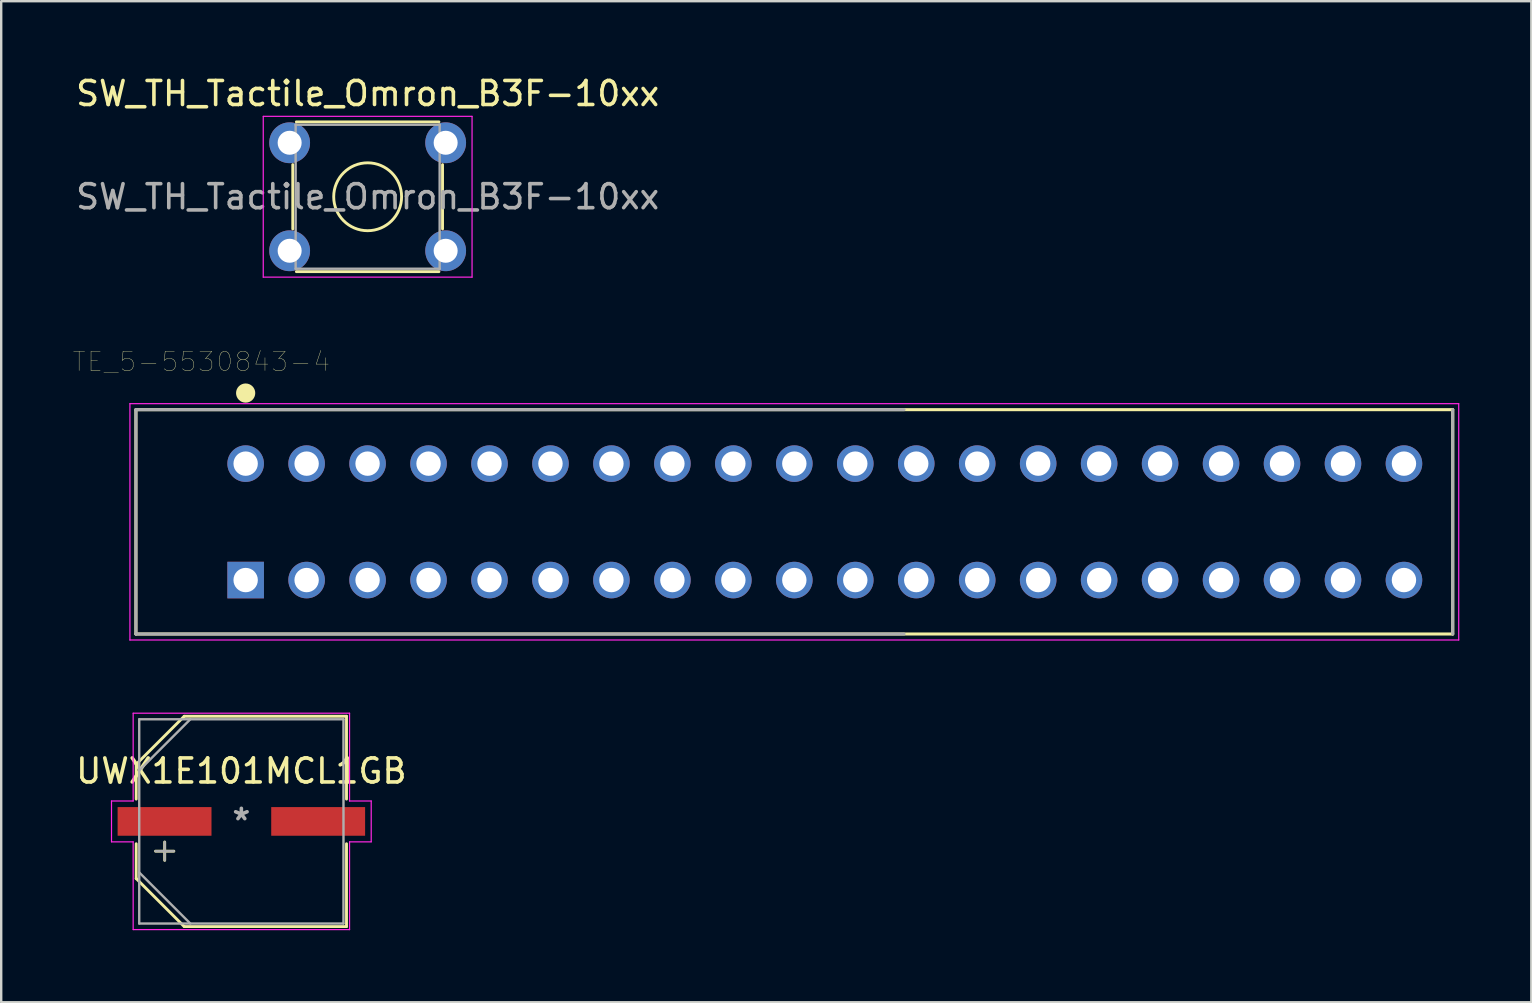
<source format=kicad_pcb>
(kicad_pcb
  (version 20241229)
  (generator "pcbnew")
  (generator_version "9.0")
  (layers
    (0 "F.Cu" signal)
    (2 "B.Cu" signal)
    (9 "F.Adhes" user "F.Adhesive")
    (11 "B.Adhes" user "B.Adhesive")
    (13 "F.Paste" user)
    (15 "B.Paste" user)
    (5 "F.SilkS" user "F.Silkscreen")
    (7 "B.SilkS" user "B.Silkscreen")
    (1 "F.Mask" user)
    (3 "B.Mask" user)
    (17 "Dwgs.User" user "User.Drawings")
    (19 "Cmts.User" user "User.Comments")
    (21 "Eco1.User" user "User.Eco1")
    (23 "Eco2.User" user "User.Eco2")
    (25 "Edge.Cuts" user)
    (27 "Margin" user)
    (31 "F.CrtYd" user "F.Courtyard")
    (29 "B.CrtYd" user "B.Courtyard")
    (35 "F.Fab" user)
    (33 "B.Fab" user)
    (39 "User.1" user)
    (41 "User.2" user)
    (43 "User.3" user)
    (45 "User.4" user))
  (footprint "UWX1E101MCL1GB"
    (layer "F.Cu")
    (at 7.006 31.174)
    (property "Reference" "UWX1E101MCL1GB" (at 0 -2.1 0) (layer "F.SilkS") (effects (font (size 1 1) (thickness 0.15))))
    (attr through_hole)
    (fp_line (start -4.381 -2.381) (end -4.381 -0.93) (stroke (width 0.12) (type solid)) (layer "F.SilkS"))
    (fp_line (start -4.381 -2.381) (end -2.381 -4.381) (stroke (width 0.12) (type solid)) (layer "F.SilkS"))
    (fp_line (start -4.381 0.93) (end -4.381 2.381) (stroke (width 0.12) (type solid)) (layer "F.SilkS"))
    (fp_line (start -4.381 2.381) (end -2.381 4.381) (stroke (width 0.12) (type solid)) (layer "F.SilkS"))
    (fp_line (start -3.194 0.859) (end -3.194 1.621) (stroke (width 0.12) (type solid)) (layer "F.SilkS"))
    (fp_line (start -2.813 1.24) (end -3.575 1.24) (stroke (width 0.12) (type solid)) (layer "F.SilkS"))
    (fp_line (start -2.381 4.381) (end 4.381 4.381) (stroke (width 0.12) (type solid)) (layer "F.SilkS"))
    (fp_line (start 4.381 -4.381) (end -2.381 -4.381) (stroke (width 0.12) (type solid)) (layer "F.SilkS"))
    (fp_line (start 4.381 -0.93) (end 4.381 -4.381) (stroke (width 0.12) (type solid)) (layer "F.SilkS"))
    (fp_line (start 4.381 4.381) (end 4.381 0.93) (stroke (width 0.12) (type solid)) (layer "F.SilkS"))
    (fp_line (start -5.41 -0.851) (end -4.508 -0.851) (stroke (width 0.05) (type solid)) (layer "F.CrtYd"))
    (fp_line (start -5.41 0.851) (end -5.41 -0.851) (stroke (width 0.05) (type solid)) (layer "F.CrtYd"))
    (fp_line (start -4.508 -4.508) (end 4.508 -4.508) (stroke (width 0.05) (type solid)) (layer "F.CrtYd"))
    (fp_line (start -4.508 -0.851) (end -4.508 -4.508) (stroke (width 0.05) (type solid)) (layer "F.CrtYd"))
    (fp_line (start -4.508 0.851) (end -5.41 0.851) (stroke (width 0.05) (type solid)) (layer "F.CrtYd"))
    (fp_line (start -4.508 4.508) (end -4.508 0.851) (stroke (width 0.05) (type solid)) (layer "F.CrtYd"))
    (fp_line (start 4.508 -4.508) (end 4.508 -0.851) (stroke (width 0.05) (type solid)) (layer "F.CrtYd"))
    (fp_line (start 4.508 -0.851) (end 5.41 -0.851) (stroke (width 0.05) (type solid)) (layer "F.CrtYd"))
    (fp_line (start 4.508 0.851) (end 4.508 4.508) (stroke (width 0.05) (type solid)) (layer "F.CrtYd"))
    (fp_line (start 4.508 4.508) (end -4.508 4.508) (stroke (width 0.05) (type solid)) (layer "F.CrtYd"))
    (fp_line (start 5.41 -0.851) (end 5.41 0.851) (stroke (width 0.05) (type solid)) (layer "F.CrtYd"))
    (fp_line (start 5.41 0.851) (end 4.508 0.851) (stroke (width 0.05) (type solid)) (layer "F.CrtYd"))
    (fp_line (start -4.255 -4.255) (end -4.255 4.255) (stroke (width 0.1) (type solid)) (layer "F.Fab"))
    (fp_line (start -4.255 -2.127) (end -2.127 -4.255) (stroke (width 0.1) (type solid)) (layer "F.Fab"))
    (fp_line (start -4.255 2.127) (end -2.127 4.255) (stroke (width 0.1) (type solid)) (layer "F.Fab"))
    (fp_line (start -4.255 4.255) (end 4.255 4.255) (stroke (width 0.1) (type solid)) (layer "F.Fab"))
    (fp_line (start -3.194 0.859) (end -3.194 1.621) (stroke (width 0.1) (type solid)) (layer "F.Fab"))
    (fp_line (start -2.813 1.24) (end -3.575 1.24) (stroke (width 0.1) (type solid)) (layer "F.Fab"))
    (fp_line (start 4.255 -4.255) (end -4.255 -4.255) (stroke (width 0.1) (type solid)) (layer "F.Fab"))
    (fp_line (start 4.255 4.255) (end 4.255 -4.255) (stroke (width 0.1) (type solid)) (layer "F.Fab"))
    (fp_text user "Copyright 2021 Accelerated Designs. All rights reserved." (at 0 0 0) (layer "Cmts.User") (effects (font (size 0.127 0.127) (thickness 0.002))))
    (fp_text user "*" (at 0 0 0) (layer "F.Fab") (effects (font (size 1 1) (thickness 0.15))))
    (pad "1" smd rect (at -3.2 0) (size 3.912 1.194) (layers "F.Cu" "F.Mask" "F.Paste"))
    (pad "2" smd rect (at 3.2 0) (size 3.912 1.194) (layers "F.Cu" "F.Mask" "F.Paste")))
  (footprint "TE_5-5530843-4"
    (layer "F.Cu")
    (at 7.185 21.118)
    (property "Reference" "TE_5-5530843-4" (at -1.846 -9.1 0) (layer "F.SilkS") (effects (font (size 0.801 0.801) (thickness 0.015))))
    (attr through_hole)
    (fp_line (start -4.572 -7.099) (end 50.292 -7.099) (stroke (width 0.127) (type solid)) (layer "F.SilkS"))
    (fp_line (start -4.572 2.248) (end -4.572 -7.099) (stroke (width 0.127) (type solid)) (layer "F.SilkS"))
    (fp_line (start 50.292 -7.099) (end 50.292 2.248) (stroke (width 0.127) (type solid)) (layer "F.SilkS"))
    (fp_line (start 50.292 2.248) (end -4.572 2.248) (stroke (width 0.127) (type solid)) (layer "F.SilkS"))
    (fp_circle (center 0 -7.791) (end 0.2 -7.791) (stroke (width 0.4) (type solid)) (fill no) (layer "F.SilkS"))
    (fp_line (start -4.822 -7.349) (end 50.542 -7.349) (stroke (width 0.05) (type solid)) (layer "F.CrtYd"))
    (fp_line (start -4.822 2.498) (end -4.822 -7.349) (stroke (width 0.05) (type solid)) (layer "F.CrtYd"))
    (fp_line (start 50.542 -7.349) (end 50.542 2.498) (stroke (width 0.05) (type solid)) (layer "F.CrtYd"))
    (fp_line (start 50.542 2.498) (end -4.822 2.498) (stroke (width 0.05) (type solid)) (layer "F.CrtYd"))
    (fp_line (start -4.572 -7.099) (end 27.432 -7.099) (stroke (width 0.127) (type solid)) (layer "F.Fab"))
    (fp_line (start -4.572 2.248) (end -4.572 -7.099) (stroke (width 0.127) (type solid)) (layer "F.Fab"))
    (fp_line (start 27.432 2.248) (end -4.572 2.248) (stroke (width 0.127) (type solid)) (layer "F.Fab"))
    (fp_line (start 50.292 -7.099) (end 50.292 2.248) (stroke (width 0.127) (type solid)) (layer "F.Fab"))
    (pad "1" thru_hole rect (at 0 0) (size 1.524 1.524) (drill 1.016) (layers "*.Cu" "*.Mask"))
    (pad "2" thru_hole circle (at 0 -4.851) (size 1.524 1.524) (drill 1.016) (layers "*.Cu" "*.Mask"))
    (pad "3" thru_hole circle (at 2.54 0) (size 1.524 1.524) (drill 1.016) (layers "*.Cu" "*.Mask"))
    (pad "4" thru_hole circle (at 2.54 -4.851) (size 1.524 1.524) (drill 1.016) (layers "*.Cu" "*.Mask"))
    (pad "5" thru_hole circle (at 5.08 0) (size 1.524 1.524) (drill 1.016) (layers "*.Cu" "*.Mask"))
    (pad "6" thru_hole circle (at 5.08 -4.851) (size 1.524 1.524) (drill 1.016) (layers "*.Cu" "*.Mask"))
    (pad "7" thru_hole circle (at 7.62 0) (size 1.524 1.524) (drill 1.016) (layers "*.Cu" "*.Mask"))
    (pad "8" thru_hole circle (at 7.62 -4.851) (size 1.524 1.524) (drill 1.016) (layers "*.Cu" "*.Mask"))
    (pad "9" thru_hole circle (at 10.16 0) (size 1.524 1.524) (drill 1.016) (layers "*.Cu" "*.Mask"))
    (pad "10" thru_hole circle (at 10.16 -4.851) (size 1.524 1.524) (drill 1.016) (layers "*.Cu" "*.Mask"))
    (pad "11" thru_hole circle (at 12.7 0) (size 1.524 1.524) (drill 1.016) (layers "*.Cu" "*.Mask"))
    (pad "12" thru_hole circle (at 12.7 -4.851) (size 1.524 1.524) (drill 1.016) (layers "*.Cu" "*.Mask"))
    (pad "13" thru_hole circle (at 15.24 0) (size 1.524 1.524) (drill 1.016) (layers "*.Cu" "*.Mask"))
    (pad "14" thru_hole circle (at 15.24 -4.851) (size 1.524 1.524) (drill 1.016) (layers "*.Cu" "*.Mask"))
    (pad "15" thru_hole circle (at 17.78 0) (size 1.524 1.524) (drill 1.016) (layers "*.Cu" "*.Mask"))
    (pad "16" thru_hole circle (at 17.78 -4.851) (size 1.524 1.524) (drill 1.016) (layers "*.Cu" "*.Mask"))
    (pad "17" thru_hole circle (at 20.32 0) (size 1.524 1.524) (drill 1.016) (layers "*.Cu" "*.Mask"))
    (pad "18" thru_hole circle (at 20.32 -4.851) (size 1.524 1.524) (drill 1.016) (layers "*.Cu" "*.Mask"))
    (pad "19" thru_hole circle (at 22.86 0) (size 1.524 1.524) (drill 1.016) (layers "*.Cu" "*.Mask"))
    (pad "20" thru_hole circle (at 22.86 -4.851) (size 1.524 1.524) (drill 1.016) (layers "*.Cu" "*.Mask"))
    (pad "21" thru_hole circle (at 25.4 0) (size 1.524 1.524) (drill 1.016) (layers "*.Cu" "*.Mask"))
    (pad "22" thru_hole circle (at 25.4 -4.851) (size 1.524 1.524) (drill 1.016) (layers "*.Cu" "*.Mask"))
    (pad "23" thru_hole circle (at 27.94 0) (size 1.524 1.524) (drill 1.016) (layers "*.Cu" "*.Mask"))
    (pad "24" thru_hole circle (at 27.94 -4.851) (size 1.524 1.524) (drill 1.016) (layers "*.Cu" "*.Mask"))
    (pad "25" thru_hole circle (at 30.48 0) (size 1.524 1.524) (drill 1.016) (layers "*.Cu" "*.Mask"))
    (pad "26" thru_hole circle (at 30.48 -4.851) (size 1.524 1.524) (drill 1.016) (layers "*.Cu" "*.Mask"))
    (pad "27" thru_hole circle (at 33.02 0) (size 1.524 1.524) (drill 1.016) (layers "*.Cu" "*.Mask"))
    (pad "28" thru_hole circle (at 33.02 -4.851) (size 1.524 1.524) (drill 1.016) (layers "*.Cu" "*.Mask"))
    (pad "29" thru_hole circle (at 35.56 0) (size 1.524 1.524) (drill 1.016) (layers "*.Cu" "*.Mask"))
    (pad "30" thru_hole circle (at 35.56 -4.851) (size 1.524 1.524) (drill 1.016) (layers "*.Cu" "*.Mask"))
    (pad "31" thru_hole circle (at 38.1 0) (size 1.524 1.524) (drill 1.016) (layers "*.Cu" "*.Mask"))
    (pad "32" thru_hole circle (at 38.1 -4.851) (size 1.524 1.524) (drill 1.016) (layers "*.Cu" "*.Mask"))
    (pad "33" thru_hole circle (at 40.64 0) (size 1.524 1.524) (drill 1.016) (layers "*.Cu" "*.Mask"))
    (pad "34" thru_hole circle (at 40.64 -4.851) (size 1.524 1.524) (drill 1.016) (layers "*.Cu" "*.Mask"))
    (pad "35" thru_hole circle (at 43.18 0) (size 1.524 1.524) (drill 1.016) (layers "*.Cu" "*.Mask"))
    (pad "36" thru_hole circle (at 43.18 -4.851) (size 1.524 1.524) (drill 1.016) (layers "*.Cu" "*.Mask"))
    (pad "37" thru_hole circle (at 45.72 0) (size 1.524 1.524) (drill 1.016) (layers "*.Cu" "*.Mask"))
    (pad "38" thru_hole circle (at 45.72 -4.851) (size 1.524 1.524) (drill 1.016) (layers "*.Cu" "*.Mask"))
    (pad "39" thru_hole circle (at 48.26 0) (size 1.524 1.524) (drill 1.016) (layers "*.Cu" "*.Mask"))
    (pad "40" thru_hole circle (at 48.26 -4.851) (size 1.524 1.524) (drill 1.016) (layers "*.Cu" "*.Mask")))
  (footprint "SW_TH_Tactile_Omron_B3F-10xx"
    (layer "F.Cu")
    (at 9.018 2.898)
    (property "Reference" "SW_TH_Tactile_Omron_B3F-10xx" (at 3.25 -2.05 0) (layer "F.SilkS") (effects (font (size 1 1) (thickness 0.15))))
    (attr through_hole)
    (fp_line (start 0.13 3.59) (end 0.13 0.91) (stroke (width 0.12) (type solid)) (layer "F.SilkS"))
    (fp_line (start 0.28 -0.87) (end 6.22 -0.87) (stroke (width 0.12) (type solid)) (layer "F.SilkS"))
    (fp_line (start 0.28 5.37) (end 6.22 5.37) (stroke (width 0.12) (type solid)) (layer "F.SilkS"))
    (fp_line (start 6.37 0.91) (end 6.37 3.59) (stroke (width 0.12) (type solid)) (layer "F.SilkS"))
    (fp_circle (center 3.25 2.25) (end 4.25 3.25) (stroke (width 0.12) (type solid)) (fill no) (layer "F.SilkS"))
    (fp_line (start -1.1 -1.1) (end -1.1 5.6) (stroke (width 0.05) (type solid)) (layer "F.CrtYd"))
    (fp_line (start -1.1 -1.1) (end 7.6 -1.1) (stroke (width 0.05) (type solid)) (layer "F.CrtYd"))
    (fp_line (start -1.1 5.6) (end 7.6 5.6) (stroke (width 0.05) (type solid)) (layer "F.CrtYd"))
    (fp_line (start 7.6 5.6) (end 7.6 -1.1) (stroke (width 0.05) (type solid)) (layer "F.CrtYd"))
    (fp_line (start 0.25 -0.75) (end 0.25 5.25) (stroke (width 0.1) (type solid)) (layer "F.Fab"))
    (fp_line (start 0.25 -0.75) (end 6.25 -0.75) (stroke (width 0.1) (type solid)) (layer "F.Fab"))
    (fp_line (start 0.25 5.25) (end 6.25 5.25) (stroke (width 0.1) (type solid)) (layer "F.Fab"))
    (fp_line (start 6.25 -0.75) (end 6.25 5.25) (stroke (width 0.1) (type solid)) (layer "F.Fab"))
    (fp_text user "${REFERENCE}" (at 3.25 2.25 0) (layer "F.Fab") (effects (font (size 1 1) (thickness 0.15))))
    (pad "1" thru_hole circle (at 0 0) (size 1.7 1.7) (drill 1) (layers "*.Cu" "*.Mask"))
    (pad "2" thru_hole circle (at 6.5 0) (size 1.7 1.7) (drill 1) (layers "*.Cu" "*.Mask"))
    (pad "3" thru_hole circle (at 0 4.5) (size 1.7 1.7) (drill 1) (layers "*.Cu" "*.Mask"))
    (pad "4" thru_hole circle (at 6.5 4.5) (size 1.7 1.7) (drill 1) (layers "*.Cu" "*.Mask")))
  (gr_rect
    (start -3 -3)
    (end 60.752 38.708)
    (stroke (width 0.1) (type default))
    (fill no)
    (layer "Edge.Cuts")))
</source>
